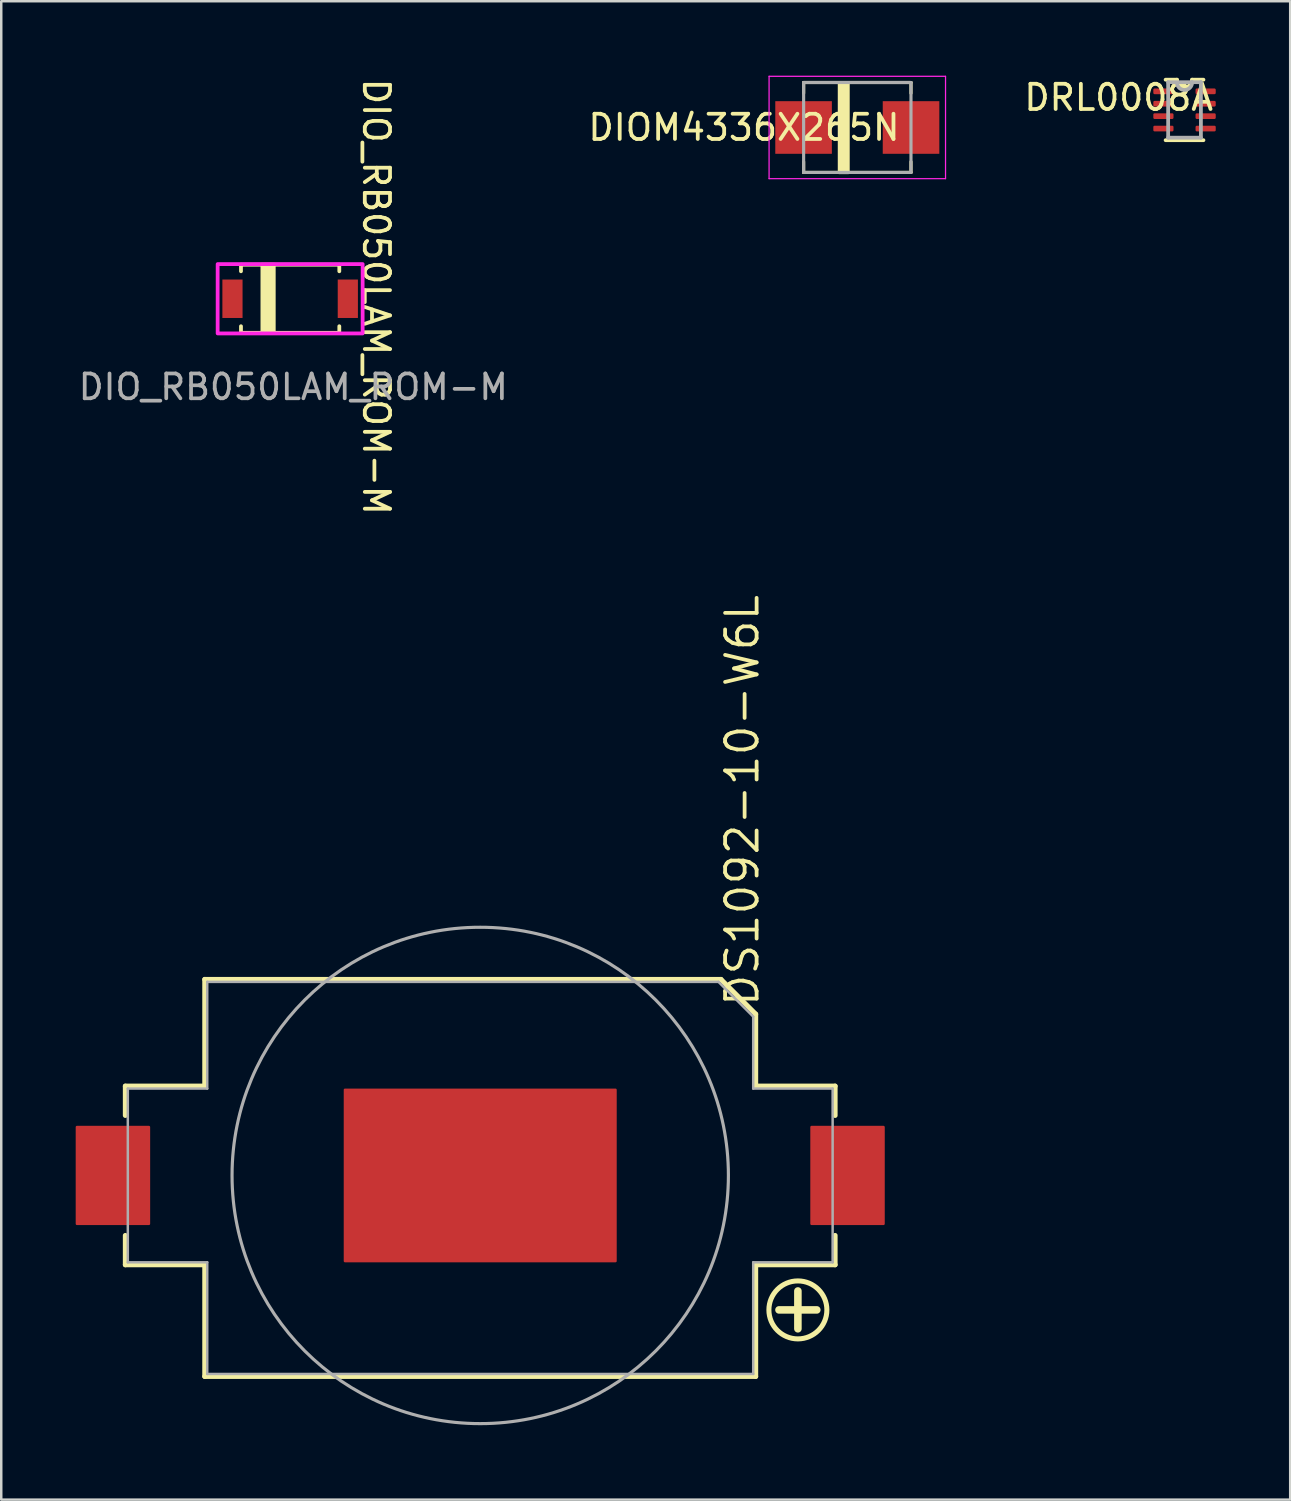
<source format=kicad_pcb>
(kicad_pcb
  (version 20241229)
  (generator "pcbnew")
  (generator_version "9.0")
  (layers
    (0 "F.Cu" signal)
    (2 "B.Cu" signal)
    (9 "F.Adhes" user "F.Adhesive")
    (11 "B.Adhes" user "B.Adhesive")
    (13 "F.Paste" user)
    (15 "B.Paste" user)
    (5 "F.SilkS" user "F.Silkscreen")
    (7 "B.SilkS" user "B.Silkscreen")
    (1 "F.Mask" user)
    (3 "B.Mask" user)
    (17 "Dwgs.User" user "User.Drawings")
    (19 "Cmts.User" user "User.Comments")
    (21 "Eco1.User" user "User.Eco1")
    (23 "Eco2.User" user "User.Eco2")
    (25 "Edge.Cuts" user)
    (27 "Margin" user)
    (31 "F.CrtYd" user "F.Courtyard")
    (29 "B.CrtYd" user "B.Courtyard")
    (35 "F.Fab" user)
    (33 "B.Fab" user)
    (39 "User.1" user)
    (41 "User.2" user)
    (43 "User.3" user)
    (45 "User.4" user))
  (footprint "DIOM4336X265N"
    (layer "F.Cu")
    (at 31.494 2.087)
    (property "Reference" "DIOM4336X265N" (at -4.566 0 0) (layer "F.SilkS") (effects (font (size 1.016 1.016) (thickness 0.152))))
    (attr smd)
    (fp_line (start -2.163 -1.812) (end -2.163 -1.38) (stroke (width 0.127) (type solid)) (layer "F.SilkS"))
    (fp_line (start -2.163 1.812) (end -2.163 1.38) (stroke (width 0.127) (type solid)) (layer "F.SilkS"))
    (fp_line (start -2.163 1.812) (end 2.163 1.812) (stroke (width 0.127) (type solid)) (layer "F.SilkS"))
    (fp_line (start 2.163 -1.812) (end -2.163 -1.812) (stroke (width 0.127) (type solid)) (layer "F.SilkS"))
    (fp_line (start 2.163 -1.38) (end 2.163 -1.812) (stroke (width 0.127) (type solid)) (layer "F.SilkS"))
    (fp_line (start 2.163 1.812) (end 2.163 1.38) (stroke (width 0.127) (type solid)) (layer "F.SilkS"))
    (fp_rect (start -0.737 -1.778) (end -0.356 1.829) (stroke (width 0.1) (type solid)) (fill yes) (layer "F.SilkS"))
    (fp_line (start -3.555 -2.062) (end -3.555 2.062) (stroke (width 0.05) (type solid)) (layer "F.CrtYd"))
    (fp_line (start -3.555 2.062) (end 3.555 2.062) (stroke (width 0.05) (type solid)) (layer "F.CrtYd"))
    (fp_line (start 3.555 -2.062) (end -3.555 -2.062) (stroke (width 0.05) (type solid)) (layer "F.CrtYd"))
    (fp_line (start 3.555 2.062) (end 3.555 -2.062) (stroke (width 0.05) (type solid)) (layer "F.CrtYd"))
    (fp_line (start -2.163 -1.812) (end -2.163 1.812) (stroke (width 0.127) (type solid)) (layer "F.Fab"))
    (fp_line (start -2.163 1.812) (end 2.163 1.812) (stroke (width 0.127) (type solid)) (layer "F.Fab"))
    (fp_line (start 2.163 -1.812) (end -2.163 -1.812) (stroke (width 0.127) (type solid)) (layer "F.Fab"))
    (fp_line (start 2.163 1.812) (end 2.163 -1.812) (stroke (width 0.127) (type solid)) (layer "F.Fab"))
    (pad "A" smd rect (at 2.165 0) (size 2.28 2.12) (layers "F.Cu" "F.Mask" "F.Paste"))
    (pad "C" smd rect (at -2.165 0) (size 2.28 2.12) (layers "F.Cu" "F.Mask" "F.Paste")))
  (footprint "DRL0008A"
    (layer "F.Cu")
    (at 44.679 1.38)
    (property "Reference" "DRL0008A" (at 1.245 0.094 180) (layer "F.SilkS") (effects (font (size 1.016 1.016) (thickness 0.152)) (justify right bottom)))
    (attr smd)
    (fp_line (start -0.762 1.219) (end 0.762 1.219) (stroke (width 0.152) (type solid)) (layer "F.SilkS"))
    (fp_line (start -0.305 -1.219) (end -0.762 -1.219) (stroke (width 0.152) (type solid)) (layer "F.SilkS"))
    (fp_line (start 0.762 -1.219) (end 0.305 -1.219) (stroke (width 0.152) (type solid)) (layer "F.SilkS"))
    (fp_arc (start 0.3048 -1.2192) (mid 0 -0.9144) (end -0.3048 -1.2192) (stroke (width 0.1524) (type solid)) (layer "F.SilkS"))
    (fp_line (start -0.66 -1.118) (end -0.66 1.118) (stroke (width 0.152) (type solid)) (layer "F.Fab"))
    (fp_line (start -0.66 1.118) (end 0.66 1.118) (stroke (width 0.152) (type solid)) (layer "F.Fab"))
    (fp_line (start 0.305 -1.118) (end -0.66 -1.118) (stroke (width 0.152) (type solid)) (layer "F.Fab"))
    (fp_line (start 0.66 -1.118) (end 0.305 -1.118) (stroke (width 0.152) (type solid)) (layer "F.Fab"))
    (fp_line (start 0.66 1.118) (end 0.66 -1.118) (stroke (width 0.152) (type solid)) (layer "F.Fab"))
    (fp_arc (start 0.3048 -1.1176) (mid 0.0127 -0.8001) (end -0.3048 -1.0922) (stroke (width 0.1524) (type solid)) (layer "F.Fab"))
    (pad "1" smd roundrect (at -0.851 -0.75) (size 0.813 0.229) (layers "F.Cu" "F.Mask" "F.Paste") (roundrect_rratio 0.222))
    (pad "2" smd roundrect (at -0.851 -0.25) (size 0.813 0.229) (layers "F.Cu" "F.Mask" "F.Paste") (roundrect_rratio 0.222))
    (pad "3" smd roundrect (at -0.851 0.25) (size 0.813 0.229) (layers "F.Cu" "F.Mask" "F.Paste") (roundrect_rratio 0.222))
    (pad "4" smd roundrect (at -0.851 0.75) (size 0.813 0.229) (layers "F.Cu" "F.Mask" "F.Paste") (roundrect_rratio 0.222))
    (pad "5" smd roundrect (at 0.851 0.75) (size 0.813 0.229) (layers "F.Cu" "F.Mask" "F.Paste") (roundrect_rratio 0.222))
    (pad "6" smd roundrect (at 0.851 0.25) (size 0.813 0.229) (layers "F.Cu" "F.Mask" "F.Paste") (roundrect_rratio 0.222))
    (pad "7" smd roundrect (at 0.851 -0.25) (size 0.813 0.229) (layers "F.Cu" "F.Mask" "F.Paste") (roundrect_rratio 0.222))
    (pad "8" smd roundrect (at 0.851 -0.75) (size 0.813 0.229) (layers "F.Cu" "F.Mask" "F.Paste") (roundrect_rratio 0.222)))
  (footprint "DIO_RB050LAM_ROM-M"
    (layer "F.Cu")
    (at 8.641 8.988)
    (property "Reference" "DIO_RB050LAM_ROM-M" (at 3.47 -0.08 270) (unlocked yes) (layer "F.SilkS") (effects (font (size 1.016 1.016) (thickness 0.152))))
    (attr smd)
    (fp_line (start -1.981 -1.372) (end -1.981 -1.107) (stroke (width 0.152) (type solid)) (layer "F.SilkS"))
    (fp_line (start -1.981 1.107) (end -1.981 1.372) (stroke (width 0.152) (type solid)) (layer "F.SilkS"))
    (fp_line (start -1.981 1.372) (end 1.981 1.372) (stroke (width 0.152) (type solid)) (layer "F.SilkS"))
    (fp_line (start 1.981 -1.372) (end -1.981 -1.372) (stroke (width 0.152) (type solid)) (layer "F.SilkS"))
    (fp_line (start 1.981 -1.107) (end 1.981 -1.372) (stroke (width 0.152) (type solid)) (layer "F.SilkS"))
    (fp_line (start 1.981 1.372) (end 1.981 1.107) (stroke (width 0.152) (type solid)) (layer "F.SilkS"))
    (fp_rect (start -1.143 -1.397) (end -0.635 1.397) (stroke (width 0.102) (type solid)) (fill yes) (layer "F.SilkS"))
    (fp_rect (start -2.921 -1.397) (end 2.921 1.397) (stroke (width 0.152) (type default)) (fill no) (layer "F.CrtYd"))
    (fp_text user "${REFERENCE}" (at 0.127 3.556 0) (unlocked yes) (layer "F.Fab") (effects (font (size 1 1) (thickness 0.15))))
    (pad "A" smd rect (at 2.324 0) (size 0.813 1.549) (layers "F.Cu" "F.Mask" "F.Paste"))
    (pad "C" smd rect (at -2.324 0) (size 0.813 1.549) (layers "F.Cu" "F.Mask" "F.Paste")))
  (footprint "DS1092-10-W6L"
    (layer "F.Cu")
    (at 16.3 44.313)
    (property "Reference" "DS1092-10-W6L" (at 11.3 -6.723 90) (layer "F.SilkS") (effects (font (size 1.27 1.27) (thickness 0.152)) (justify left bottom)))
    (fp_line (start -14.3 -3.6) (end -14.3 -2.417) (stroke (width 0.2) (type solid)) (layer "F.SilkS"))
    (fp_line (start -14.3 -3.6) (end -11.1 -3.6) (stroke (width 0.2) (type solid)) (layer "F.SilkS"))
    (fp_line (start -14.3 3.6) (end -14.3 2.417) (stroke (width 0.2) (type solid)) (layer "F.SilkS"))
    (fp_line (start -11.1 -7.9) (end 9.7 -7.9) (stroke (width 0.2) (type solid)) (layer "F.SilkS"))
    (fp_line (start -11.1 -3.6) (end -11.1 -7.9) (stroke (width 0.2) (type solid)) (layer "F.SilkS"))
    (fp_line (start -11.1 3.6) (end -14.3 3.6) (stroke (width 0.2) (type solid)) (layer "F.SilkS"))
    (fp_line (start -11.1 8.1) (end -11.1 3.6) (stroke (width 0.2) (type solid)) (layer "F.SilkS"))
    (fp_line (start 9.7 -7.9) (end 11.1 -6.5) (stroke (width 0.2) (type solid)) (layer "F.SilkS"))
    (fp_line (start 11.1 -6.5) (end 11.1 -3.6) (stroke (width 0.2) (type solid)) (layer "F.SilkS"))
    (fp_line (start 11.1 -3.6) (end 14.3 -3.6) (stroke (width 0.2) (type solid)) (layer "F.SilkS"))
    (fp_line (start 11.1 3.6) (end 11.1 8.1) (stroke (width 0.2) (type solid)) (layer "F.SilkS"))
    (fp_line (start 11.1 8.1) (end -11.1 8.1) (stroke (width 0.2) (type solid)) (layer "F.SilkS"))
    (fp_line (start 12.8 4.655) (end 12.8 6.179) (stroke (width 0.305) (type solid)) (layer "F.SilkS"))
    (fp_line (start 13.562 5.418) (end 12.038 5.418) (stroke (width 0.305) (type solid)) (layer "F.SilkS"))
    (fp_line (start 14.3 -3.6) (end 14.3 -2.417) (stroke (width 0.2) (type solid)) (layer "F.SilkS"))
    (fp_line (start 14.3 2.417) (end 14.3 3.6) (stroke (width 0.2) (type solid)) (layer "F.SilkS"))
    (fp_line (start 14.3 3.6) (end 11.1 3.6) (stroke (width 0.2) (type solid)) (layer "F.SilkS"))
    (fp_circle (center 12.8 5.418) (end 13.968 5.418) (stroke (width 0.203) (type solid)) (fill no) (layer "F.SilkS"))
    (fp_line (start -14.2 -3.5) (end -11 -3.5) (stroke (width 0.1) (type solid)) (layer "F.Fab"))
    (fp_line (start -14.2 3.5) (end -14.2 -3.5) (stroke (width 0.1) (type solid)) (layer "F.Fab"))
    (fp_line (start -14.2 3.5) (end -11 3.5) (stroke (width 0.1) (type solid)) (layer "F.Fab"))
    (fp_line (start -11 -7.8) (end 9.6 -7.8) (stroke (width 0.1) (type solid)) (layer "F.Fab"))
    (fp_line (start -11 -3.5) (end -11 -7.8) (stroke (width 0.1) (type solid)) (layer "F.Fab"))
    (fp_line (start -11 3.5) (end -11 8) (stroke (width 0.1) (type solid)) (layer "F.Fab"))
    (fp_line (start -11 8) (end 11 8) (stroke (width 0.1) (type solid)) (layer "F.Fab"))
    (fp_line (start 9.6 -7.8) (end 11 -6.4) (stroke (width 0.1) (type solid)) (layer "F.Fab"))
    (fp_line (start 11 -6.4) (end 11 -3.5) (stroke (width 0.1) (type solid)) (layer "F.Fab"))
    (fp_line (start 11 -3.5) (end 14.2 -3.5) (stroke (width 0.1) (type solid)) (layer "F.Fab"))
    (fp_line (start 11 8) (end 11 3.5) (stroke (width 0.1) (type solid)) (layer "F.Fab"))
    (fp_line (start 14.2 -3.5) (end 14.2 3.5) (stroke (width 0.1) (type solid)) (layer "F.Fab"))
    (fp_line (start 14.2 3.5) (end 11 3.5) (stroke (width 0.1) (type solid)) (layer "F.Fab"))
    (fp_circle (center 0 0) (end 10 0) (stroke (width 0.127) (type solid)) (fill no) (layer "F.Fab"))
    (pad "" smd roundrect (at 0 0) (size 11 7) (layers "F.Cu" "F.Mask" "F.Paste") (roundrect_rratio 0.007))
    (pad "+" smd roundrect (at 14.8 0) (size 3 4) (layers "F.Cu" "F.Mask" "F.Paste") (roundrect_rratio 0.017))
    (pad "-" smd roundrect (at -14.8 0) (size 3 4) (layers "F.Cu" "F.Mask" "F.Paste") (roundrect_rratio 0.017)))
  (gr_rect
    (start -3 -3)
    (end 48.937 57.376)
    (stroke (width 0.1) (type default))
    (fill no)
    (layer "Edge.Cuts")))
</source>
